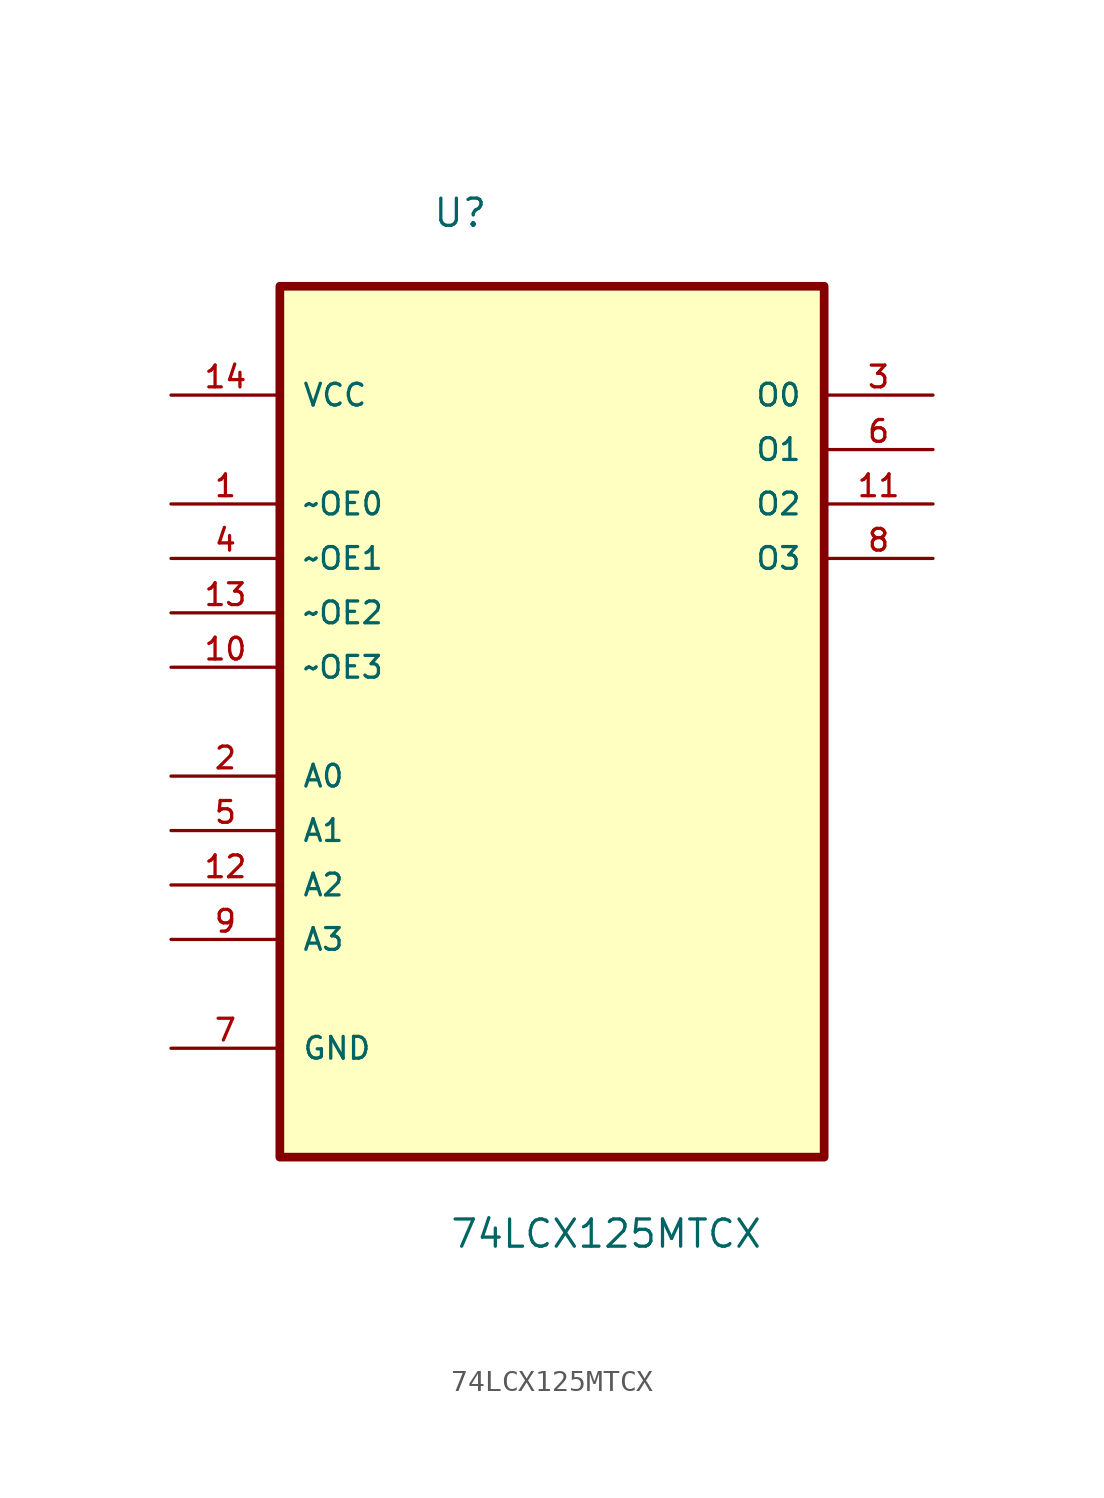
<source format=kicad_sym>
(kicad_symbol_lib
  (version 20211014)
  (generator kicad_symbol_editor)
  (symbol "74LCX125MTCX"
    (pin_names
      (offset 1.016))
    (property "Reference" "U"
      (at -5.591 20.46 0.0)
      (effects (font (size 1.27 1.27)) (justify bottom left)))
    (property "Value" "74LCX125MTCX"
      (at -4.801 -27.179 0.0)
      (effects (font (size 1.27 1.27)) (justify bottom left)))
    (symbol "74LCX125MTCX_0_0"
      (rectangle (start -12.7 -22.86) (end 12.7 17.78) (stroke (width 0.406)) (fill (type background)))
      (pin power_in line (at -17.78 12.7 0) (length 5.08) (name "VCC" (effects (font (size 1.016 1.016)))) (number "14" (effects (font (size 1.016 1.016)))))
      (pin input line (at -17.78 7.62 0) (length 5.08) (name "~OE0" (effects (font (size 1.016 1.016)))) (number "1" (effects (font (size 1.016 1.016)))))
      (pin input line (at -17.78 5.08 0) (length 5.08) (name "~OE1" (effects (font (size 1.016 1.016)))) (number "4" (effects (font (size 1.016 1.016)))))
      (pin input line (at -17.78 2.54 0) (length 5.08) (name "~OE2" (effects (font (size 1.016 1.016)))) (number "13" (effects (font (size 1.016 1.016)))))
      (pin input line (at -17.78 0.0 0) (length 5.08) (name "~OE3" (effects (font (size 1.016 1.016)))) (number "10" (effects (font (size 1.016 1.016)))))
      (pin input line (at -17.78 -5.08 0) (length 5.08) (name "A0" (effects (font (size 1.016 1.016)))) (number "2" (effects (font (size 1.016 1.016)))))
      (pin input line (at -17.78 -7.62 0) (length 5.08) (name "A1" (effects (font (size 1.016 1.016)))) (number "5" (effects (font (size 1.016 1.016)))))
      (pin input line (at -17.78 -10.16 0) (length 5.08) (name "A2" (effects (font (size 1.016 1.016)))) (number "12" (effects (font (size 1.016 1.016)))))
      (pin input line (at -17.78 -12.7 0) (length 5.08) (name "A3" (effects (font (size 1.016 1.016)))) (number "9" (effects (font (size 1.016 1.016)))))
      (pin passive line (at -17.78 -17.78 0) (length 5.08) (name "GND" (effects (font (size 1.016 1.016)))) (number "7" (effects (font (size 1.016 1.016)))))
      (pin output line (at 17.78 12.7 180.0) (length 5.08) (name "O0" (effects (font (size 1.016 1.016)))) (number "3" (effects (font (size 1.016 1.016)))))
      (pin output line (at 17.78 10.16 180.0) (length 5.08) (name "O1" (effects (font (size 1.016 1.016)))) (number "6" (effects (font (size 1.016 1.016)))))
      (pin output line (at 17.78 7.62 180.0) (length 5.08) (name "O2" (effects (font (size 1.016 1.016)))) (number "11" (effects (font (size 1.016 1.016)))))
      (pin output line (at 17.78 5.08 180.0) (length 5.08) (name "O3" (effects (font (size 1.016 1.016)))) (number "8" (effects (font (size 1.016 1.016))))))))
</source>
